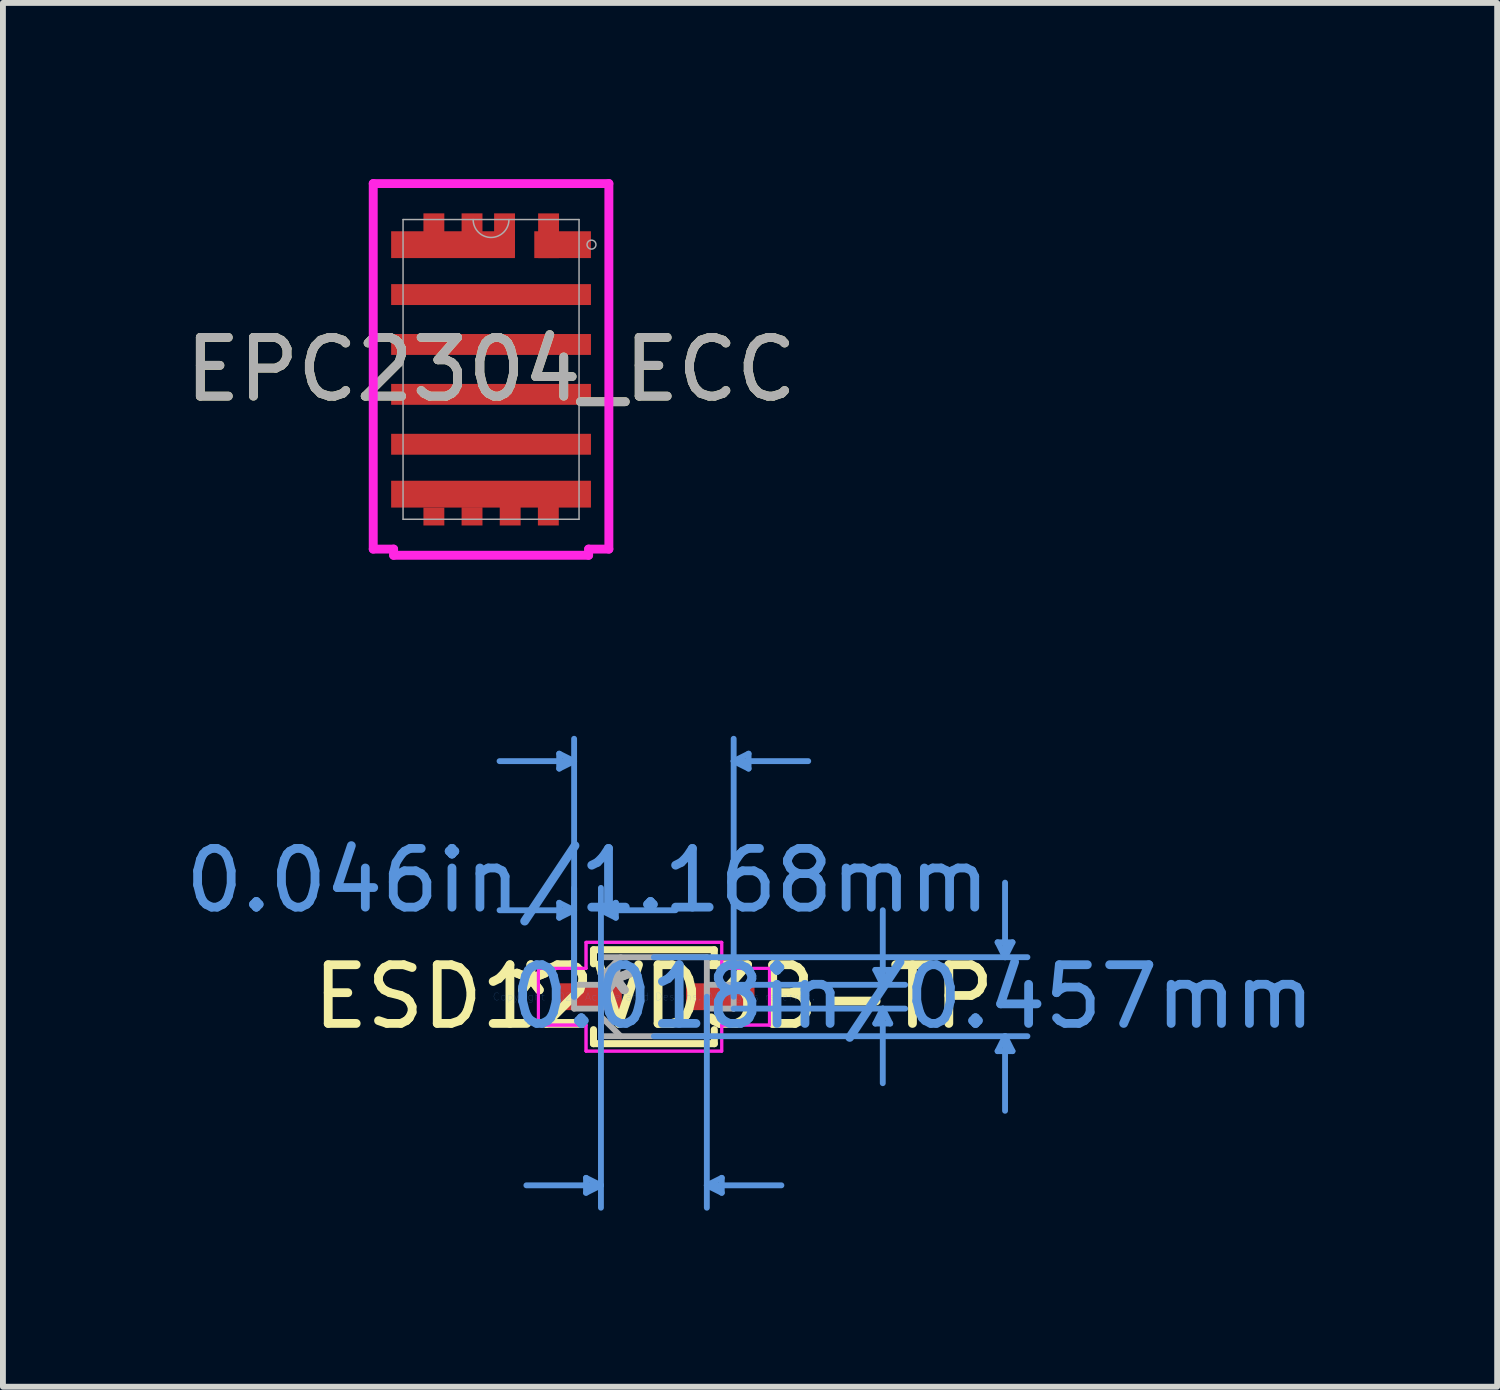
<source format=kicad_pcb>
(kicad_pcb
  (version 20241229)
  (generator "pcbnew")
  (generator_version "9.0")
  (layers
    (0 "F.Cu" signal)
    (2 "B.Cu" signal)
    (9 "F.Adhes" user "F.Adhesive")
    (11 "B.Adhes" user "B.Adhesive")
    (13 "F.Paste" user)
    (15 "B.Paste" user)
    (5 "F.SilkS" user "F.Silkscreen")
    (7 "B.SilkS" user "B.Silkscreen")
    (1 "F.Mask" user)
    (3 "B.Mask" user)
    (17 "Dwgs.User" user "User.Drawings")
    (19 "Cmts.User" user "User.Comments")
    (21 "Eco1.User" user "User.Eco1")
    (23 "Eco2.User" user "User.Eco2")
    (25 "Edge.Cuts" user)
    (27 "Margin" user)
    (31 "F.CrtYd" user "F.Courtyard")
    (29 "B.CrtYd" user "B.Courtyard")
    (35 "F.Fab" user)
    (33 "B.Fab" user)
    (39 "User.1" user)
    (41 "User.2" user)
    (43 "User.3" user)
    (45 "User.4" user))
  (footprint "ESD12VD3B-TP"
    (layer "F.Cu")
    (at 8.089 13.929)
    (property "Reference" "ESD12VD3B-TP" (at 0 0 0) (layer "F.SilkS") (effects (font (size 1 1) (thickness 0.15))))
    (attr through_hole)
    (fp_line (start -1.029 -0.8) (end -1.029 -0.561) (stroke (width 0.12) (type solid)) (layer "F.SilkS"))
    (fp_line (start -1.029 0.561) (end -1.029 0.8) (stroke (width 0.12) (type solid)) (layer "F.SilkS"))
    (fp_line (start -1.029 0.8) (end 1.029 0.8) (stroke (width 0.12) (type solid)) (layer "F.SilkS"))
    (fp_line (start 1.029 -0.8) (end -1.029 -0.8) (stroke (width 0.12) (type solid)) (layer "F.SilkS"))
    (fp_line (start 1.029 -0.561) (end 1.029 -0.8) (stroke (width 0.12) (type solid)) (layer "F.SilkS"))
    (fp_line (start 1.029 0.8) (end 1.029 0.561) (stroke (width 0.12) (type solid)) (layer "F.SilkS"))
    (fp_line (start -1.613 -4.14) (end -1.613 -3.886) (stroke (width 0.1) (type solid)) (layer "Cmts.User"))
    (fp_line (start -1.613 -1.6) (end -1.613 -1.346) (stroke (width 0.1) (type solid)) (layer "Cmts.User"))
    (fp_line (start -1.359 -4.013) (end -2.629 -4.013) (stroke (width 0.1) (type solid)) (layer "Cmts.User"))
    (fp_line (start -1.359 -4.013) (end -1.613 -4.14) (stroke (width 0.1) (type solid)) (layer "Cmts.User"))
    (fp_line (start -1.359 -4.013) (end -1.613 -3.886) (stroke (width 0.1) (type solid)) (layer "Cmts.User"))
    (fp_line (start -1.359 -1.473) (end -2.629 -1.473) (stroke (width 0.1) (type solid)) (layer "Cmts.User"))
    (fp_line (start -1.359 -1.473) (end -1.613 -1.6) (stroke (width 0.1) (type solid)) (layer "Cmts.User"))
    (fp_line (start -1.359 -1.473) (end -1.613 -1.346) (stroke (width 0.1) (type solid)) (layer "Cmts.User"))
    (fp_line (start -1.359 0) (end -1.359 -4.394) (stroke (width 0.1) (type solid)) (layer "Cmts.User"))
    (fp_line (start -1.359 0) (end -1.359 -1.854) (stroke (width 0.1) (type solid)) (layer "Cmts.User"))
    (fp_line (start -1.156 3.086) (end -1.156 3.34) (stroke (width 0.1) (type solid)) (layer "Cmts.User"))
    (fp_line (start -0.902 -1.473) (end -0.648 -1.6) (stroke (width 0.1) (type solid)) (layer "Cmts.User"))
    (fp_line (start -0.902 -1.473) (end -0.648 -1.346) (stroke (width 0.1) (type solid)) (layer "Cmts.User"))
    (fp_line (start -0.902 -1.473) (end 0.368 -1.473) (stroke (width 0.1) (type solid)) (layer "Cmts.User"))
    (fp_line (start -0.902 0) (end -0.902 -1.854) (stroke (width 0.1) (type solid)) (layer "Cmts.User"))
    (fp_line (start -0.902 0) (end -0.902 3.594) (stroke (width 0.1) (type solid)) (layer "Cmts.User"))
    (fp_line (start -0.902 3.213) (end -2.172 3.213) (stroke (width 0.1) (type solid)) (layer "Cmts.User"))
    (fp_line (start -0.902 3.213) (end -1.156 3.086) (stroke (width 0.1) (type solid)) (layer "Cmts.User"))
    (fp_line (start -0.902 3.213) (end -1.156 3.34) (stroke (width 0.1) (type solid)) (layer "Cmts.User"))
    (fp_line (start -0.648 -1.6) (end -0.648 -1.346) (stroke (width 0.1) (type solid)) (layer "Cmts.User"))
    (fp_line (start 0 -0.673) (end 6.363 -0.673) (stroke (width 0.1) (type solid)) (layer "Cmts.User"))
    (fp_line (start 0 0.673) (end 6.363 0.673) (stroke (width 0.1) (type solid)) (layer "Cmts.User"))
    (fp_line (start 0.902 0) (end 0.902 3.594) (stroke (width 0.1) (type solid)) (layer "Cmts.User"))
    (fp_line (start 0.902 3.213) (end 1.156 3.086) (stroke (width 0.1) (type solid)) (layer "Cmts.User"))
    (fp_line (start 0.902 3.213) (end 1.156 3.34) (stroke (width 0.1) (type solid)) (layer "Cmts.User"))
    (fp_line (start 0.902 3.213) (end 2.172 3.213) (stroke (width 0.1) (type solid)) (layer "Cmts.User"))
    (fp_line (start 1.156 3.086) (end 1.156 3.34) (stroke (width 0.1) (type solid)) (layer "Cmts.User"))
    (fp_line (start 1.359 -4.013) (end 1.613 -4.14) (stroke (width 0.1) (type solid)) (layer "Cmts.User"))
    (fp_line (start 1.359 -4.013) (end 1.613 -3.886) (stroke (width 0.1) (type solid)) (layer "Cmts.User"))
    (fp_line (start 1.359 -4.013) (end 2.629 -4.013) (stroke (width 0.1) (type solid)) (layer "Cmts.User"))
    (fp_line (start 1.359 -0.203) (end 4.28 -0.203) (stroke (width 0.1) (type solid)) (layer "Cmts.User"))
    (fp_line (start 1.359 0) (end 1.359 -4.394) (stroke (width 0.1) (type solid)) (layer "Cmts.User"))
    (fp_line (start 1.359 0.203) (end 4.28 0.203) (stroke (width 0.1) (type solid)) (layer "Cmts.User"))
    (fp_line (start 1.613 -4.14) (end 1.613 -3.886) (stroke (width 0.1) (type solid)) (layer "Cmts.User"))
    (fp_line (start 3.772 -0.457) (end 4.026 -0.457) (stroke (width 0.1) (type solid)) (layer "Cmts.User"))
    (fp_line (start 3.772 0.457) (end 4.026 0.457) (stroke (width 0.1) (type solid)) (layer "Cmts.User"))
    (fp_line (start 3.899 -0.203) (end 3.772 -0.457) (stroke (width 0.1) (type solid)) (layer "Cmts.User"))
    (fp_line (start 3.899 -0.203) (end 3.899 -1.473) (stroke (width 0.1) (type solid)) (layer "Cmts.User"))
    (fp_line (start 3.899 -0.203) (end 4.026 -0.457) (stroke (width 0.1) (type solid)) (layer "Cmts.User"))
    (fp_line (start 3.899 0.203) (end 3.772 0.457) (stroke (width 0.1) (type solid)) (layer "Cmts.User"))
    (fp_line (start 3.899 0.203) (end 3.899 1.473) (stroke (width 0.1) (type solid)) (layer "Cmts.User"))
    (fp_line (start 3.899 0.203) (end 4.026 0.457) (stroke (width 0.1) (type solid)) (layer "Cmts.User"))
    (fp_line (start 5.855 -0.927) (end 6.109 -0.927) (stroke (width 0.1) (type solid)) (layer "Cmts.User"))
    (fp_line (start 5.855 0.927) (end 6.109 0.927) (stroke (width 0.1) (type solid)) (layer "Cmts.User"))
    (fp_line (start 5.982 -0.673) (end 5.855 -0.927) (stroke (width 0.1) (type solid)) (layer "Cmts.User"))
    (fp_line (start 5.982 -0.673) (end 5.982 -1.943) (stroke (width 0.1) (type solid)) (layer "Cmts.User"))
    (fp_line (start 5.982 -0.673) (end 6.109 -0.927) (stroke (width 0.1) (type solid)) (layer "Cmts.User"))
    (fp_line (start 5.982 0.673) (end 5.855 0.927) (stroke (width 0.1) (type solid)) (layer "Cmts.User"))
    (fp_line (start 5.982 0.673) (end 5.982 1.943) (stroke (width 0.1) (type solid)) (layer "Cmts.User"))
    (fp_line (start 5.982 0.673) (end 6.109 0.927) (stroke (width 0.1) (type solid)) (layer "Cmts.User"))
    (fp_line (start -1.968 -0.483) (end -1.156 -0.483) (stroke (width 0.05) (type solid)) (layer "F.CrtYd"))
    (fp_line (start -1.968 -0.483) (end -1.156 -0.483) (stroke (width 0.05) (type solid)) (layer "F.CrtYd"))
    (fp_line (start -1.968 0.483) (end -1.968 -0.483) (stroke (width 0.05) (type solid)) (layer "F.CrtYd"))
    (fp_line (start -1.968 0.483) (end -1.968 -0.483) (stroke (width 0.05) (type solid)) (layer "F.CrtYd"))
    (fp_line (start -1.156 -0.927) (end 1.156 -0.927) (stroke (width 0.05) (type solid)) (layer "F.CrtYd"))
    (fp_line (start -1.156 -0.927) (end 1.156 -0.927) (stroke (width 0.05) (type solid)) (layer "F.CrtYd"))
    (fp_line (start -1.156 -0.483) (end -1.156 -0.927) (stroke (width 0.05) (type solid)) (layer "F.CrtYd"))
    (fp_line (start -1.156 -0.483) (end -1.156 -0.927) (stroke (width 0.05) (type solid)) (layer "F.CrtYd"))
    (fp_line (start -1.156 0.483) (end -1.968 0.483) (stroke (width 0.05) (type solid)) (layer "F.CrtYd"))
    (fp_line (start -1.156 0.483) (end -1.968 0.483) (stroke (width 0.05) (type solid)) (layer "F.CrtYd"))
    (fp_line (start -1.156 0.927) (end -1.156 0.483) (stroke (width 0.05) (type solid)) (layer "F.CrtYd"))
    (fp_line (start -1.156 0.927) (end -1.156 0.483) (stroke (width 0.05) (type solid)) (layer "F.CrtYd"))
    (fp_line (start 1.156 -0.927) (end 1.156 -0.483) (stroke (width 0.05) (type solid)) (layer "F.CrtYd"))
    (fp_line (start 1.156 -0.927) (end 1.156 -0.483) (stroke (width 0.05) (type solid)) (layer "F.CrtYd"))
    (fp_line (start 1.156 -0.483) (end 1.968 -0.483) (stroke (width 0.05) (type solid)) (layer "F.CrtYd"))
    (fp_line (start 1.156 -0.483) (end 1.968 -0.483) (stroke (width 0.05) (type solid)) (layer "F.CrtYd"))
    (fp_line (start 1.156 0.483) (end 1.156 0.927) (stroke (width 0.05) (type solid)) (layer "F.CrtYd"))
    (fp_line (start 1.156 0.483) (end 1.156 0.927) (stroke (width 0.05) (type solid)) (layer "F.CrtYd"))
    (fp_line (start 1.156 0.927) (end -1.156 0.927) (stroke (width 0.05) (type solid)) (layer "F.CrtYd"))
    (fp_line (start 1.156 0.927) (end -1.156 0.927) (stroke (width 0.05) (type solid)) (layer "F.CrtYd"))
    (fp_line (start 1.968 -0.483) (end 1.968 0.483) (stroke (width 0.05) (type solid)) (layer "F.CrtYd"))
    (fp_line (start 1.968 -0.483) (end 1.968 0.483) (stroke (width 0.05) (type solid)) (layer "F.CrtYd"))
    (fp_line (start 1.968 0.483) (end 1.156 0.483) (stroke (width 0.05) (type solid)) (layer "F.CrtYd"))
    (fp_line (start 1.968 0.483) (end 1.156 0.483) (stroke (width 0.05) (type solid)) (layer "F.CrtYd"))
    (fp_line (start -1.359 -0.203) (end -1.359 0.203) (stroke (width 0.1) (type solid)) (layer "F.Fab"))
    (fp_line (start -1.359 0.203) (end -0.902 0.203) (stroke (width 0.1) (type solid)) (layer "F.Fab"))
    (fp_line (start -0.902 -0.673) (end -0.902 0.673) (stroke (width 0.1) (type solid)) (layer "F.Fab"))
    (fp_line (start -0.902 -0.337) (end -0.565 -0.673) (stroke (width 0.1) (type solid)) (layer "F.Fab"))
    (fp_line (start -0.902 -0.203) (end -1.359 -0.203) (stroke (width 0.1) (type solid)) (layer "F.Fab"))
    (fp_line (start -0.902 0.203) (end -0.902 -0.203) (stroke (width 0.1) (type solid)) (layer "F.Fab"))
    (fp_line (start -0.902 0.337) (end -0.565 0.673) (stroke (width 0.1) (type solid)) (layer "F.Fab"))
    (fp_line (start -0.902 0.673) (end 0.902 0.673) (stroke (width 0.1) (type solid)) (layer "F.Fab"))
    (fp_line (start 0.902 -0.673) (end -0.902 -0.673) (stroke (width 0.1) (type solid)) (layer "F.Fab"))
    (fp_line (start 0.902 -0.203) (end 0.902 0.203) (stroke (width 0.1) (type solid)) (layer "F.Fab"))
    (fp_line (start 0.902 0.203) (end 1.359 0.203) (stroke (width 0.1) (type solid)) (layer "F.Fab"))
    (fp_line (start 0.902 0.673) (end 0.902 -0.673) (stroke (width 0.1) (type solid)) (layer "F.Fab"))
    (fp_line (start 1.359 -0.203) (end 0.902 -0.203) (stroke (width 0.1) (type solid)) (layer "F.Fab"))
    (fp_line (start 1.359 0.203) (end 1.359 -0.203) (stroke (width 0.1) (type solid)) (layer "F.Fab"))
    (fp_text user "*" (at -2.095 0 0) (layer "F.SilkS") (effects (font (size 1 1) (thickness 0.15))))
    (fp_text user "*" (at -2.095 0 0) (layer "F.SilkS") (effects (font (size 1 1) (thickness 0.15))))
    (fp_text user "0.046in/1.168mm" (at -1.13 -1.981 0) (layer "Cmts.User") (effects (font (size 1 1) (thickness 0.15))))
    (fp_text user "Copyright 2021 Accelerated Designs. All rights reserved." (at 0 0 0) (layer "Cmts.User") (effects (font (size 0.127 0.127) (thickness 0.002))))
    (fp_text user "0.018in/0.457mm" (at 4.407 0 0) (layer "Cmts.User") (effects (font (size 1 1) (thickness 0.15))))
    (fp_text user "*" (at -0.648 0 0) (layer "F.Fab") (effects (font (size 1 1) (thickness 0.15))))
    (fp_text user "*" (at -0.648 0 0) (layer "F.Fab") (effects (font (size 1 1) (thickness 0.15))))
    (pad "1" smd rect (at -1.13 0) (size 1.168 0.457) (layers "F.Cu" "F.Mask" "F.Paste"))
    (pad "2" smd rect (at 1.13 0) (size 1.168 0.457) (layers "F.Cu" "F.Mask" "F.Paste")))
  (footprint "EPC2304_ECC"
    (layer "F.Cu")
    (at 5.315 3.243)
    (property "Reference" "EPC2304_ECC" (at 0 0 0) (unlocked yes) (layer "F.SilkS") (effects (font (size 1 1) (thickness 0.15))))
    (attr smd)
    (fp_poly (pts (xy 0.802 -2.658) (xy 0.802 -2.354) (xy 0.737 -2.354) (xy 0.737 -1.896) (xy 1.702 -1.896) (xy 1.702 -2.354) (xy 1.157 -2.354) (xy 1.157 -2.658)) (stroke (width 0) (type solid)) (fill yes) (layer "F.Mask"))
    (fp_poly (pts (xy 0.802 -2.658) (xy 0.802 -2.354) (xy 0.737 -2.354) (xy 0.737 -1.896) (xy 1.702 -1.896) (xy 1.702 -2.354) (xy 1.157 -2.354) (xy 1.157 -2.658)) (stroke (width 0) (type solid)) (fill yes) (layer "F.Mask"))
    (fp_poly (pts (xy -1.702 -1.896) (xy -1.702 -2.354) (xy -1.152 -2.354) (xy -1.152 -2.658) (xy -0.796 -2.658) (xy -0.796 -2.354) (xy -0.502 -2.354) (xy -0.502 -2.658) (xy -0.146 -2.658) (xy -0.146 -2.354) (xy 0.053 -2.354) (xy 0.053 -2.658) (xy 0.408 -2.658) (xy 0.406 -1.896)) (stroke (width 0) (type solid)) (fill yes) (layer "F.Mask"))
    (fp_poly (pts (xy 0.408 -2.658) (xy 0.406 -1.896) (xy -1.702 -1.896) (xy -1.702 -2.354) (xy -1.152 -2.354) (xy -1.152 -2.658) (xy -0.796 -2.658) (xy -0.796 -2.354) (xy -0.502 -2.354) (xy -0.502 -2.658) (xy -0.146 -2.658) (xy -0.146 -2.354) (xy 0.053 -2.354) (xy 0.053 -2.658)) (stroke (width 0) (type solid)) (fill yes) (layer "F.Mask"))
    (fp_poly (pts (xy -1.702 1.896) (xy -1.702 2.354) (xy -1.152 2.354) (xy -1.152 2.658) (xy -0.796 2.658) (xy -0.796 2.354) (xy -0.502 2.354) (xy -0.502 2.658) (xy -0.146 2.658) (xy -0.146 2.354) (xy 0.148 2.354) (xy 0.148 2.658) (xy 0.504 2.658) (xy 0.504 2.354) (xy 0.798 2.354) (xy 0.798 2.658) (xy 1.154 2.658) (xy 1.154 2.354) (xy 1.702 2.354) (xy 1.702 1.896)) (stroke (width 0) (type solid)) (fill yes) (layer "F.Mask"))
    (fp_poly (pts (xy 0.802 -2.658) (xy 0.802 -2.354) (xy 0.737 -2.354) (xy 0.737 -1.896) (xy 1.702 -1.896) (xy 1.702 -2.354) (xy 1.157 -2.354) (xy 1.157 -2.658)) (stroke (width 0) (type solid)) (fill yes) (layer "F.Paste"))
    (fp_poly (pts (xy 0.802 -2.658) (xy 0.802 -2.354) (xy 0.737 -2.354) (xy 0.737 -1.896) (xy 1.702 -1.896) (xy 1.702 -2.354) (xy 1.157 -2.354) (xy 1.157 -2.658)) (stroke (width 0) (type solid)) (fill yes) (layer "F.Paste"))
    (fp_poly (pts (xy -1.702 -1.896) (xy -1.702 -2.354) (xy -1.152 -2.354) (xy -1.152 -2.658) (xy -0.796 -2.658) (xy -0.796 -2.354) (xy -0.502 -2.354) (xy -0.502 -2.658) (xy -0.146 -2.658) (xy -0.146 -2.354) (xy 0.053 -2.354) (xy 0.053 -2.658) (xy 0.408 -2.658) (xy 0.406 -1.896)) (stroke (width 0) (type solid)) (fill yes) (layer "F.Paste"))
    (fp_poly (pts (xy 0.408 -2.658) (xy 0.406 -1.896) (xy -1.702 -1.896) (xy -1.702 -2.354) (xy -1.152 -2.354) (xy -1.152 -2.658) (xy -0.796 -2.658) (xy -0.796 -2.354) (xy -0.502 -2.354) (xy -0.502 -2.658) (xy -0.146 -2.658) (xy -0.146 -2.354) (xy 0.053 -2.354) (xy 0.053 -2.658)) (stroke (width 0) (type solid)) (fill yes) (layer "F.Paste"))
    (fp_poly (pts (xy -1.702 1.896) (xy -1.702 2.354) (xy -1.152 2.354) (xy -1.152 2.658) (xy -0.796 2.658) (xy -0.796 2.354) (xy -0.502 2.354) (xy -0.502 2.658) (xy -0.146 2.658) (xy -0.146 2.354) (xy 0.148 2.354) (xy 0.148 2.658) (xy 0.504 2.658) (xy 0.504 2.354) (xy 0.798 2.354) (xy 0.798 2.658) (xy 1.154 2.658) (xy 1.154 2.354) (xy 1.702 2.354) (xy 1.702 1.896)) (stroke (width 0) (type solid)) (fill yes) (layer "F.Paste"))
    (fp_line (start -2.007 -3.166) (end -2.007 3.061) (stroke (width 0.152) (type solid)) (layer "F.CrtYd"))
    (fp_line (start -2.007 3.061) (end -1.66 3.061) (stroke (width 0.152) (type solid)) (layer "F.CrtYd"))
    (fp_line (start -1.66 3.061) (end -1.66 3.166) (stroke (width 0.152) (type solid)) (layer "F.CrtYd"))
    (fp_line (start -1.66 3.166) (end 1.662 3.166) (stroke (width 0.152) (type solid)) (layer "F.CrtYd"))
    (fp_line (start 1.662 3.061) (end 2.007 3.061) (stroke (width 0.152) (type solid)) (layer "F.CrtYd"))
    (fp_line (start 1.662 3.166) (end 1.662 3.061) (stroke (width 0.152) (type solid)) (layer "F.CrtYd"))
    (fp_line (start 2.007 -3.166) (end -2.007 -3.166) (stroke (width 0.152) (type solid)) (layer "F.CrtYd"))
    (fp_line (start 2.007 3.061) (end 2.007 -3.166) (stroke (width 0.152) (type solid)) (layer "F.CrtYd"))
    (fp_line (start -1.499 -2.553) (end -1.499 2.553) (stroke (width 0.025) (type solid)) (layer "F.Fab"))
    (fp_line (start -1.499 2.553) (end 1.499 2.553) (stroke (width 0.025) (type solid)) (layer "F.Fab"))
    (fp_line (start 1.499 -2.553) (end -1.499 -2.553) (stroke (width 0.025) (type solid)) (layer "F.Fab"))
    (fp_line (start 1.499 2.553) (end 1.499 -2.553) (stroke (width 0.025) (type solid)) (layer "F.Fab"))
    (fp_arc (start 0.3048 -2.5527) (mid 0 -2.2479) (end -0.3048 -2.5527) (stroke (width 0.0254) (type solid)) (layer "F.Fab"))
    (fp_circle (center 1.711 -2.126) (end 1.787 -2.126) (stroke (width 0.025) (type solid)) (fill no) (layer "F.Fab"))
    (fp_text user "${REFERENCE}" (at 0 0 0) (unlocked yes) (layer "F.Fab") (effects (font (size 1 1) (thickness 0.15))))
    (pad "1" smd rect (at 0.98 -2.277) (size 0.356 0.762) (layers "F.Cu" "F.Mask" "F.Paste"))
    (pad "1" smd rect (at 1.219 -2.125) (size 0.965 0.457) (layers "F.Cu" "F.Mask" "F.Paste"))
    (pad "2" smd rect (at -0.974 -2.282) (size 0.356 0.753) (layers "F.Cu" "F.Mask" "F.Paste"))
    (pad "2" smd rect (at -0.648 -2.125) (size 2.108 0.457) (layers "F.Cu" "F.Mask" "F.Paste"))
    (pad "2" smd rect (at -0.324 -2.282) (size 0.356 0.753) (layers "F.Cu" "F.Mask" "F.Paste"))
    (pad "2" smd rect (at 0.23 -2.282) (size 0.356 0.753) (layers "F.Cu" "F.Mask" "F.Paste"))
    (pad "3" smd rect (at 0 -1.275) (size 3.404 0.356) (layers "F.Cu" "F.Mask" "F.Paste"))
    (pad "4" smd rect (at 0 -0.425) (size 3.404 0.356) (layers "F.Cu" "F.Mask" "F.Paste"))
    (pad "5" smd rect (at 0 0.425) (size 3.404 0.356) (layers "F.Cu" "F.Mask" "F.Paste"))
    (pad "6" smd rect (at 0 1.275) (size 3.404 0.356) (layers "F.Cu" "F.Mask" "F.Paste"))
    (pad "7" smd rect (at -0.974 2.506) (size 0.356 0.305) (layers "F.Cu" "F.Mask" "F.Paste"))
    (pad "7" smd rect (at -0.324 2.503) (size 0.356 0.311) (layers "F.Cu" "F.Mask" "F.Paste"))
    (pad "7" smd rect (at 0 2.125) (size 3.404 0.457) (layers "F.Cu" "F.Mask" "F.Paste"))
    (pad "7" smd rect (at 0.326 2.466) (size 0.356 0.385) (layers "F.Cu" "F.Mask" "F.Paste"))
    (pad "7" smd rect (at 0.976 2.392) (size 0.356 0.533) (layers "F.Cu" "F.Mask" "F.Paste")))
  (gr_rect
    (start -3 -3)
    (end 22.454 20.573)
    (stroke (width 0.1) (type default))
    (fill no)
    (layer "Edge.Cuts")))
</source>
